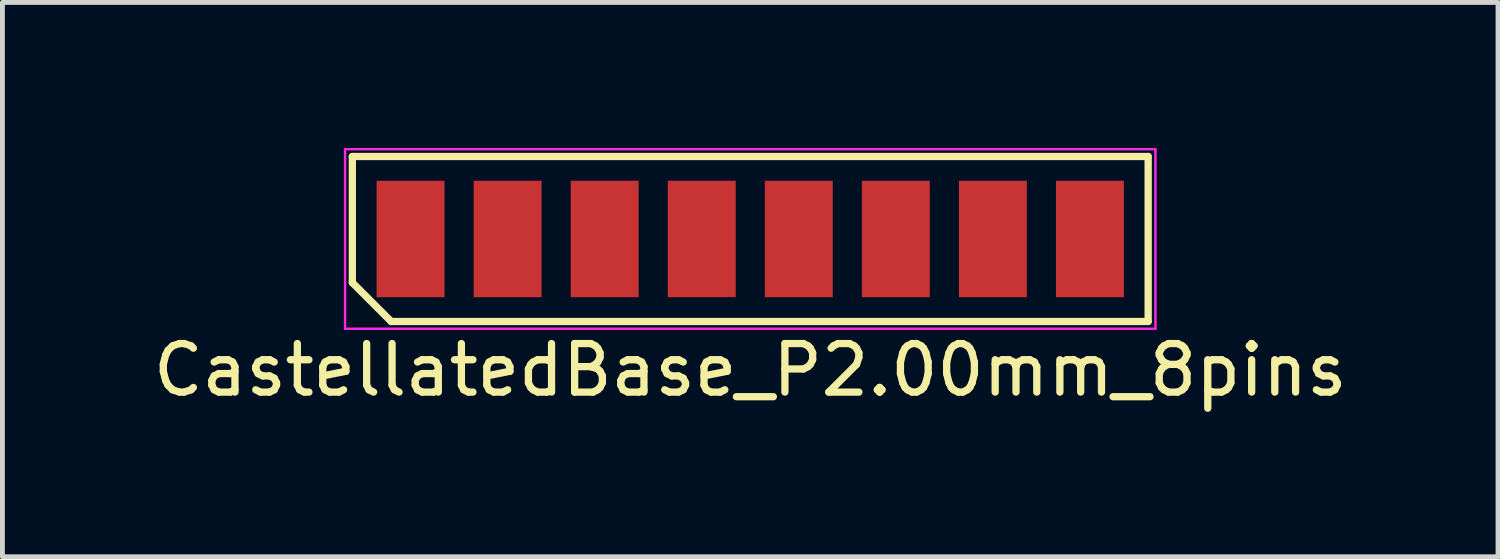
<source format=kicad_pcb>
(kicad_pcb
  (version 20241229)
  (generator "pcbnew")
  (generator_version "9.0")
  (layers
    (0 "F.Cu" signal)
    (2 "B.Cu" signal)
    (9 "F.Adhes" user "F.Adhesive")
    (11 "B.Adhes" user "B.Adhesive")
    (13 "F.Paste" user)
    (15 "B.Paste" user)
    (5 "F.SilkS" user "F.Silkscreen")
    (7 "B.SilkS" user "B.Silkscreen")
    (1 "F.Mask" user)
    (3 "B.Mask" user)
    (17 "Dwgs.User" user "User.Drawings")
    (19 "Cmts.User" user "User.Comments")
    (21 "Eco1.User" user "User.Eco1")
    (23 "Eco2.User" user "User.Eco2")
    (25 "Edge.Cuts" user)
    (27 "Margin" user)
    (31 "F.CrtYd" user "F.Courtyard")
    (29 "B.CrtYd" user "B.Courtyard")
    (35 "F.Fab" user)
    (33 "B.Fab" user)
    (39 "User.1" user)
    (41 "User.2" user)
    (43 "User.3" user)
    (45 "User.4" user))
  (footprint "CastellatedBase_P2.00mm_8pins"
    (layer "F.Cu")
    (at 12.411 1.875)
    (property "Reference" "CastellatedBase_P2.00mm_8pins" (at 0 2.7 0) (layer "F.SilkS") (effects (font (size 1 1) (thickness 0.15))))
    (attr smd)
    (fp_line (start -8.2 -1.7) (end 8.2 -1.7) (stroke (width 0.15) (type solid)) (layer "F.SilkS"))
    (fp_line (start -8.2 0.9) (end -8.2 -1.7) (stroke (width 0.15) (type solid)) (layer "F.SilkS"))
    (fp_line (start -7.4 1.7) (end -8.2 0.9) (stroke (width 0.15) (type solid)) (layer "F.SilkS"))
    (fp_line (start 8.2 -1.7) (end 8.2 1.7) (stroke (width 0.15) (type solid)) (layer "F.SilkS"))
    (fp_line (start 8.2 1.7) (end -7.4 1.7) (stroke (width 0.15) (type solid)) (layer "F.SilkS"))
    (fp_line (start -8.35 -1.85) (end 8.35 -1.85) (stroke (width 0.05) (type solid)) (layer "F.CrtYd"))
    (fp_line (start -8.35 1.85) (end -8.35 -1.85) (stroke (width 0.05) (type solid)) (layer "F.CrtYd"))
    (fp_line (start 8.35 -1.85) (end 8.35 1.85) (stroke (width 0.05) (type solid)) (layer "F.CrtYd"))
    (fp_line (start 8.35 1.85) (end -8.35 1.85) (stroke (width 0.05) (type solid)) (layer "F.CrtYd"))
    (pad "1" smd rect (at -7 0) (size 1.4 2.4) (layers "F.Cu" "F.Mask" "F.Paste"))
    (pad "2" smd rect (at -5 0) (size 1.4 2.4) (layers "F.Cu" "F.Mask" "F.Paste"))
    (pad "3" smd rect (at -3 0) (size 1.4 2.4) (layers "F.Cu" "F.Mask" "F.Paste"))
    (pad "4" smd rect (at -1 0) (size 1.4 2.4) (layers "F.Cu" "F.Mask" "F.Paste"))
    (pad "5" smd rect (at 1 0) (size 1.4 2.4) (layers "F.Cu" "F.Mask" "F.Paste"))
    (pad "6" smd rect (at 3 0) (size 1.4 2.4) (layers "F.Cu" "F.Mask" "F.Paste"))
    (pad "7" smd rect (at 5 0) (size 1.4 2.4) (layers "F.Cu" "F.Mask" "F.Paste"))
    (pad "8" smd rect (at 7 0) (size 1.4 2.4) (layers "F.Cu" "F.Mask" "F.Paste")))
  (gr_rect
    (start -3 -3)
    (end 27.821 8.423)
    (stroke (width 0.1) (type default))
    (fill no)
    (layer "Edge.Cuts")))
</source>
